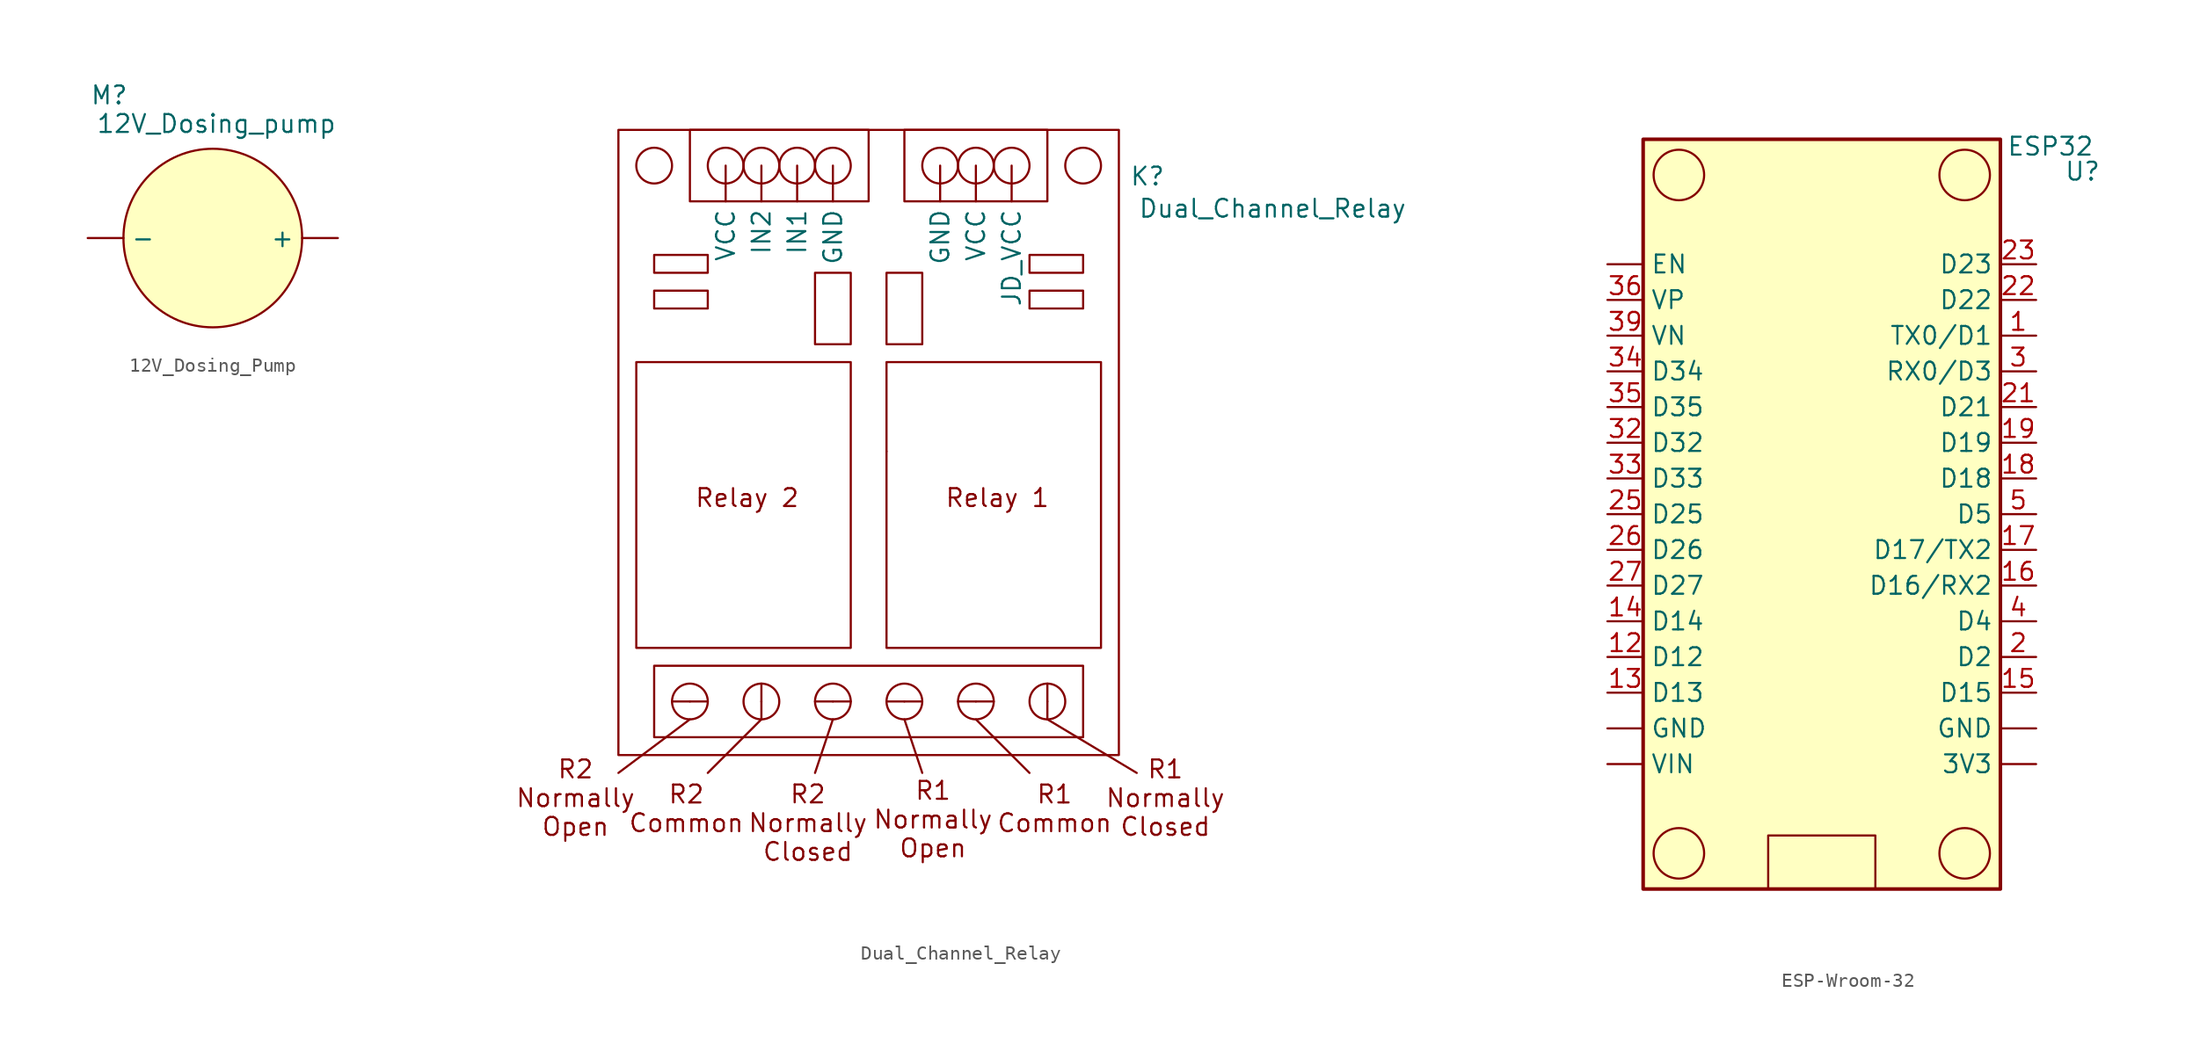
<source format=kicad_sym>
(kicad_symbol_lib
  (version 20241209)
  (generator "kicad_symbol_editor")
  (generator_version "9.0")
  (symbol "12V_Dosing_Pump"
    (property "Reference" "M"
      (at -7.366 10.16 0)
      (effects (font (size 1.27 1.27))))
    (property "Value" "12V_Dosing_pump"
      (at 0.254 8.128 0)
      (effects (font (size 1.27 1.27))))
    (symbol "12V_Dosing_Pump_0_1"
      (circle (center 0 0) (radius 6.35) (stroke (width 0) (type default)) (fill (type color) (color 255 255 194 1))))
    (symbol "12V_Dosing_Pump_1_1"
      (pin passive line (at -8.89 0 0) (length 2.54) (name "-" (effects (font (size 1.27 1.27)))) (number "" (effects (font (size 1.27 1.27)))))
      (pin power_in line (at 8.89 0 180) (length 2.54) (name "+" (effects (font (size 1.27 1.27)))) (number "" (effects (font (size 1.27 1.27)))))))
  (symbol "Dual_Channel_Relay"
    (property "Reference" "K"
      (at 19.812 8.128 0)
      (effects (font (size 1.27 1.27))))
    (property "Value" "Dual_Channel_Relay"
      (at 28.702 5.842 0)
      (effects (font (size 1.27 1.27))))
    (symbol "Dual_Channel_Relay_0_1"
      (rectangle (start -17.78 11.43) (end 17.78 -33.02) (stroke (width 0) (type default)) (fill (type none)))
      (rectangle (start -16.51 -5.08) (end -1.27 -25.4) (stroke (width 0) (type default)) (fill (type none)))
      (circle (center -15.24 8.89) (radius 1.27) (stroke (width 0) (type default)) (fill (type none)))
      (rectangle (start -15.24 0) (end -11.43 -1.27) (stroke (width 0) (type default)) (fill (type none)))
      (rectangle (start -15.24 -26.67) (end 15.24 -31.75) (stroke (width 0) (type default)) (fill (type none)))
      (polyline (pts (xy -13.97 -29.21) (xy -11.43 -29.21)) (stroke (width 0) (type default)) (fill (type none)))
      (rectangle (start -12.7 11.43) (end 0 6.35) (stroke (width 0) (type default)) (fill (type none)))
      (circle (center -12.7 -29.21) (radius 1.27) (stroke (width 0) (type default)) (fill (type none)))
      (polyline (pts (xy -12.7 -30.48) (xy -17.78 -34.29)) (stroke (width 0) (type default)) (fill (type none)))
      (rectangle (start -11.43 2.54) (end -15.24 1.27) (stroke (width 0) (type default)) (fill (type none)))
      (circle (center -10.16 8.89) (radius 1.27) (stroke (width 0) (type default)) (fill (type none)))
      (circle (center -7.62 8.89) (radius 1.27) (stroke (width 0) (type default)) (fill (type none)))
      (circle (center -7.62 -29.21) (radius 1.27) (stroke (width 0) (type default)) (fill (type none)))
      (polyline (pts (xy -7.62 -30.48) (xy -11.43 -34.29)) (stroke (width 0) (type default)) (fill (type none)))
      (polyline (pts (xy -7.62 -30.48) (xy -7.62 -27.94)) (stroke (width 0) (type default)) (fill (type none)))
      (polyline (pts (xy -7.62 -30.48) (xy -7.62 -30.48)) (stroke (width 0) (type default)) (fill (type none)))
      (circle (center -5.08 8.89) (radius 1.27) (stroke (width 0) (type default)) (fill (type none)))
      (rectangle (start -3.81 1.27) (end -1.27 -3.81) (stroke (width 0) (type default)) (fill (type none)))
      (polyline (pts (xy -3.81 -29.21) (xy -1.27 -29.21)) (stroke (width 0) (type default)) (fill (type none)))
      (circle (center -2.54 8.89) (radius 1.27) (stroke (width 0) (type default)) (fill (type none)))
      (circle (center -2.54 -29.21) (radius 1.27) (stroke (width 0) (type default)) (fill (type none)))
      (polyline (pts (xy -2.54 -30.48) (xy -3.81 -34.29)) (stroke (width 0) (type default)) (fill (type none)))
      (rectangle (start 1.27 1.27) (end 3.81 -3.81) (stroke (width 0) (type default)) (fill (type none)))
      (rectangle (start 1.27 -5.08) (end 16.51 -25.4) (stroke (width 0) (type default)) (fill (type none)))
      (rectangle (start 1.27 -11.43) (end 1.27 -11.43) (stroke (width 0) (type default)) (fill (type none)))
      (polyline (pts (xy 1.27 -29.21) (xy 3.81 -29.21)) (stroke (width 0) (type default)) (fill (type none)))
      (rectangle (start 2.54 11.43) (end 12.7 6.35) (stroke (width 0) (type default)) (fill (type none)))
      (circle (center 2.54 -29.21) (radius 1.27) (stroke (width 0) (type default)) (fill (type none)))
      (polyline (pts (xy 2.54 -30.48) (xy 3.81 -34.29)) (stroke (width 0) (type default)) (fill (type none)))
      (circle (center 5.08 8.89) (radius 1.27) (stroke (width 0) (type default)) (fill (type none)))
      (polyline (pts (xy 6.35 -29.21) (xy 8.89 -29.21)) (stroke (width 0) (type default)) (fill (type none)))
      (circle (center 7.62 8.89) (radius 1.27) (stroke (width 0) (type default)) (fill (type none)))
      (circle (center 7.62 -29.21) (radius 1.27) (stroke (width 0) (type default)) (fill (type none)))
      (polyline (pts (xy 7.62 -30.48) (xy 11.43 -34.29)) (stroke (width 0) (type default)) (fill (type none)))
      (circle (center 10.16 8.89) (radius 1.27) (stroke (width 0) (type default)) (fill (type none)))
      (rectangle (start 11.43 2.54) (end 15.24 1.27) (stroke (width 0) (type default)) (fill (type none)))
      (rectangle (start 11.43 0) (end 15.24 -1.27) (stroke (width 0) (type default)) (fill (type none)))
      (circle (center 12.7 -29.21) (radius 1.27) (stroke (width 0) (type default)) (fill (type none)))
      (polyline (pts (xy 12.7 -30.48) (xy 12.7 -27.94)) (stroke (width 0) (type default)) (fill (type none)))
      (polyline (pts (xy 12.7 -30.48) (xy 19.05 -34.29)) (stroke (width 0) (type default)) (fill (type none)))
      (circle (center 15.24 8.89) (radius 1.27) (stroke (width 0) (type default)) (fill (type none))))
    (symbol "Dual_Channel_Relay_1_1"
      (text "R2\nNormally\nOpen" (at -20.828 -36.068 0) (effects (font (size 1.27 1.27))))
      (text "R2\nCommon" (at -12.954 -36.83 0) (effects (font (size 1.27 1.27))))
      (text "Relay 2" (at -8.636 -14.732 0) (effects (font (size 1.27 1.27))))
      (text "R2\nNormally\nClosed" (at -4.318 -37.846 0) (effects (font (size 1.27 1.27))))
      (text "R1\nNormally\nOpen" (at 4.572 -37.592 0) (effects (font (size 1.27 1.27))))
      (text "Relay 1" (at 9.144 -14.732 0) (effects (font (size 1.27 1.27))))
      (text "R1\nCommon" (at 13.208 -36.83 0) (effects (font (size 1.27 1.27))))
      (text "R1\nNormally\nClosed" (at 21.082 -36.068 0) (effects (font (size 1.27 1.27))))
      (pin passive line (at -12.7 -29.21 270) (length 0) (name "" (effects (font (size 1.27 1.27)))) (number "" (effects (font (size 1.27 1.27)))))
      (pin power_in line (at -10.16 8.89 270) (length 2.54) (name "VCC" (effects (font (size 1.27 1.27)))) (number "" (effects (font (size 1.27 1.27)))))
      (pin input line (at -7.62 8.89 270) (length 2.54) (name "IN2" (effects (font (size 1.27 1.27)))) (number "" (effects (font (size 1.27 1.27)))))
      (pin passive line (at -7.62 -29.21 270) (length 0) (name "" (effects (font (size 1.27 1.27)))) (number "" (effects (font (size 1.27 1.27)))))
      (pin input line (at -5.08 8.89 270) (length 2.54) (name "IN1" (effects (font (size 1.27 1.27)))) (number "" (effects (font (size 1.27 1.27)))))
      (pin passive line (at -2.54 8.89 270) (length 2.54) (name "GND" (effects (font (size 1.27 1.27)))) (number "" (effects (font (size 1.27 1.27)))))
      (pin passive line (at -2.54 -29.21 270) (length 0) (name "" (effects (font (size 1.27 1.27)))) (number "" (effects (font (size 1.27 1.27)))))
      (pin passive line (at 2.54 -29.21 270) (length 0) (name "" (effects (font (size 1.27 1.27)))) (number "" (effects (font (size 1.27 1.27)))))
      (pin passive line (at 5.08 8.89 270) (length 2.54) (name "GND" (effects (font (size 1.27 1.27)))) (number "" (effects (font (size 1.27 1.27)))))
      (pin power_in line (at 7.62 8.89 270) (length 2.54) (name "VCC" (effects (font (size 1.27 1.27)))) (number "" (effects (font (size 1.27 1.27)))))
      (pin passive line (at 7.62 -29.21 270) (length 0) (name "" (effects (font (size 1.27 1.27)))) (number "" (effects (font (size 1.27 1.27)))))
      (pin power_in line (at 10.16 8.89 270) (length 2.54) (name "JD_VCC" (effects (font (size 1.27 1.27)))) (number "" (effects (font (size 1.27 1.27)))))
      (pin passive line (at 12.7 -29.21 270) (length 0) (name "" (effects (font (size 1.27 1.27)))) (number "" (effects (font (size 1.27 1.27)))))))
  (symbol "ESP-Wroom-32"
    (property "Reference" "U"
      (at 18.542 15.494 0)
      (effects (font (size 1.27 1.27))))
    (property "Value" "ESP32"
      (at 16.256 17.272 0)
      (effects (font (size 1.27 1.27))))
    (symbol "ESP-Wroom-32_0_1"
      (rectangle (start -12.7 17.78) (end 12.7 -35.56) (stroke (width 0.254) (type default)) (fill (type background)))
      (circle (center -10.16 15.24) (radius 1.796) (stroke (width 0) (type default)) (fill (type none)))
      (circle (center -10.16 -33.02) (radius 1.796) (stroke (width 0) (type default)) (fill (type none)))
      (rectangle (start -3.81 -31.75) (end 3.81 -35.56) (stroke (width 0) (type default)) (fill (type none)))
      (circle (center 10.16 15.24) (radius 1.796) (stroke (width 0) (type default)) (fill (type none)))
      (circle (center 10.16 -33.02) (radius 1.796) (stroke (width 0) (type default)) (fill (type none))))
    (symbol "ESP-Wroom-32_1_1"
      (pin input line (at -15.24 8.89 0) (length 2.54) (name "EN" (effects (font (size 1.27 1.27)))) (number "" (effects (font (size 1.27 1.27)))))
      (pin input line (at -15.24 6.35 0) (length 2.54) (name "VP" (effects (font (size 1.27 1.27)))) (number "36" (effects (font (size 1.27 1.27)))))
      (pin input line (at -15.24 3.81 0) (length 2.54) (name "VN" (effects (font (size 1.27 1.27)))) (number "39" (effects (font (size 1.27 1.27)))))
      (pin input line (at -15.24 1.27 0) (length 2.54) (name "D34" (effects (font (size 1.27 1.27)))) (number "34" (effects (font (size 1.27 1.27)))))
      (pin input line (at -15.24 -1.27 0) (length 2.54) (name "D35" (effects (font (size 1.27 1.27)))) (number "35" (effects (font (size 1.27 1.27)))))
      (pin bidirectional line (at -15.24 -3.81 0) (length 2.54) (name "D32" (effects (font (size 1.27 1.27)))) (number "32" (effects (font (size 1.27 1.27)))))
      (pin bidirectional line (at -15.24 -6.35 0) (length 2.54) (name "D33" (effects (font (size 1.27 1.27)))) (number "33" (effects (font (size 1.27 1.27)))))
      (pin bidirectional line (at -15.24 -8.89 0) (length 2.54) (name "D25" (effects (font (size 1.27 1.27)))) (number "25" (effects (font (size 1.27 1.27)))))
      (pin bidirectional line (at -15.24 -11.43 0) (length 2.54) (name "D26" (effects (font (size 1.27 1.27)))) (number "26" (effects (font (size 1.27 1.27)))))
      (pin bidirectional line (at -15.24 -13.97 0) (length 2.54) (name "D27" (effects (font (size 1.27 1.27)))) (number "27" (effects (font (size 1.27 1.27)))))
      (pin bidirectional line (at -15.24 -16.51 0) (length 2.54) (name "D14" (effects (font (size 1.27 1.27)))) (number "14" (effects (font (size 1.27 1.27)))))
      (pin bidirectional line (at -15.24 -19.05 0) (length 2.54) (name "D12" (effects (font (size 1.27 1.27)))) (number "12" (effects (font (size 1.27 1.27)))))
      (pin bidirectional line (at -15.24 -21.59 0) (length 2.54) (name "D13" (effects (font (size 1.27 1.27)))) (number "13" (effects (font (size 1.27 1.27)))))
      (pin passive line (at -15.24 -24.13 0) (length 2.54) (name "GND" (effects (font (size 1.27 1.27)))) (number "" (effects (font (size 1.27 1.27)))))
      (pin power_in line (at -15.24 -26.67 0) (length 2.54) (name "VIN" (effects (font (size 1.27 1.27)))) (number "" (effects (font (size 1.27 1.27)))))
      (pin bidirectional line (at 15.24 8.89 180) (length 2.54) (name "D23" (effects (font (size 1.27 1.27)))) (number "23" (effects (font (size 1.27 1.27)))))
      (pin bidirectional line (at 15.24 6.35 180) (length 2.54) (name "D22" (effects (font (size 1.27 1.27)))) (number "22" (effects (font (size 1.27 1.27)))))
      (pin output line (at 15.24 3.81 180) (length 2.54) (name "TX0/D1" (effects (font (size 1.27 1.27)))) (number "1" (effects (font (size 1.27 1.27)))))
      (pin input line (at 15.24 1.27 180) (length 2.54) (name "RX0/D3" (effects (font (size 1.27 1.27)))) (number "3" (effects (font (size 1.27 1.27)))))
      (pin bidirectional line (at 15.24 -1.27 180) (length 2.54) (name "D21" (effects (font (size 1.27 1.27)))) (number "21" (effects (font (size 1.27 1.27)))))
      (pin bidirectional line (at 15.24 -3.81 180) (length 2.54) (name "D19" (effects (font (size 1.27 1.27)))) (number "19" (effects (font (size 1.27 1.27)))))
      (pin bidirectional line (at 15.24 -6.35 180) (length 2.54) (name "D18" (effects (font (size 1.27 1.27)))) (number "18" (effects (font (size 1.27 1.27)))))
      (pin bidirectional line (at 15.24 -8.89 180) (length 2.54) (name "D5" (effects (font (size 1.27 1.27)))) (number "5" (effects (font (size 1.27 1.27)))))
      (pin bidirectional line (at 15.24 -11.43 180) (length 2.54) (name "D17/TX2" (effects (font (size 1.27 1.27)))) (number "17" (effects (font (size 1.27 1.27)))))
      (pin bidirectional line (at 15.24 -13.97 180) (length 2.54) (name "D16/RX2" (effects (font (size 1.27 1.27)))) (number "16" (effects (font (size 1.27 1.27)))))
      (pin bidirectional line (at 15.24 -16.51 180) (length 2.54) (name "D4" (effects (font (size 1.27 1.27)))) (number "4" (effects (font (size 1.27 1.27)))))
      (pin bidirectional line (at 15.24 -19.05 180) (length 2.54) (name "D2" (effects (font (size 1.27 1.27)))) (number "2" (effects (font (size 1.27 1.27)))))
      (pin bidirectional line (at 15.24 -21.59 180) (length 2.54) (name "D15" (effects (font (size 1.27 1.27)))) (number "15" (effects (font (size 1.27 1.27)))))
      (pin passive line (at 15.24 -24.13 180) (length 2.54) (name "GND" (effects (font (size 1.27 1.27)))) (number "" (effects (font (size 1.27 1.27)))))
      (pin power_out line (at 15.24 -26.67 180) (length 2.54) (name "3V3" (effects (font (size 1.27 1.27)))) (number "" (effects (font (size 1.27 1.27))))))))
</source>
